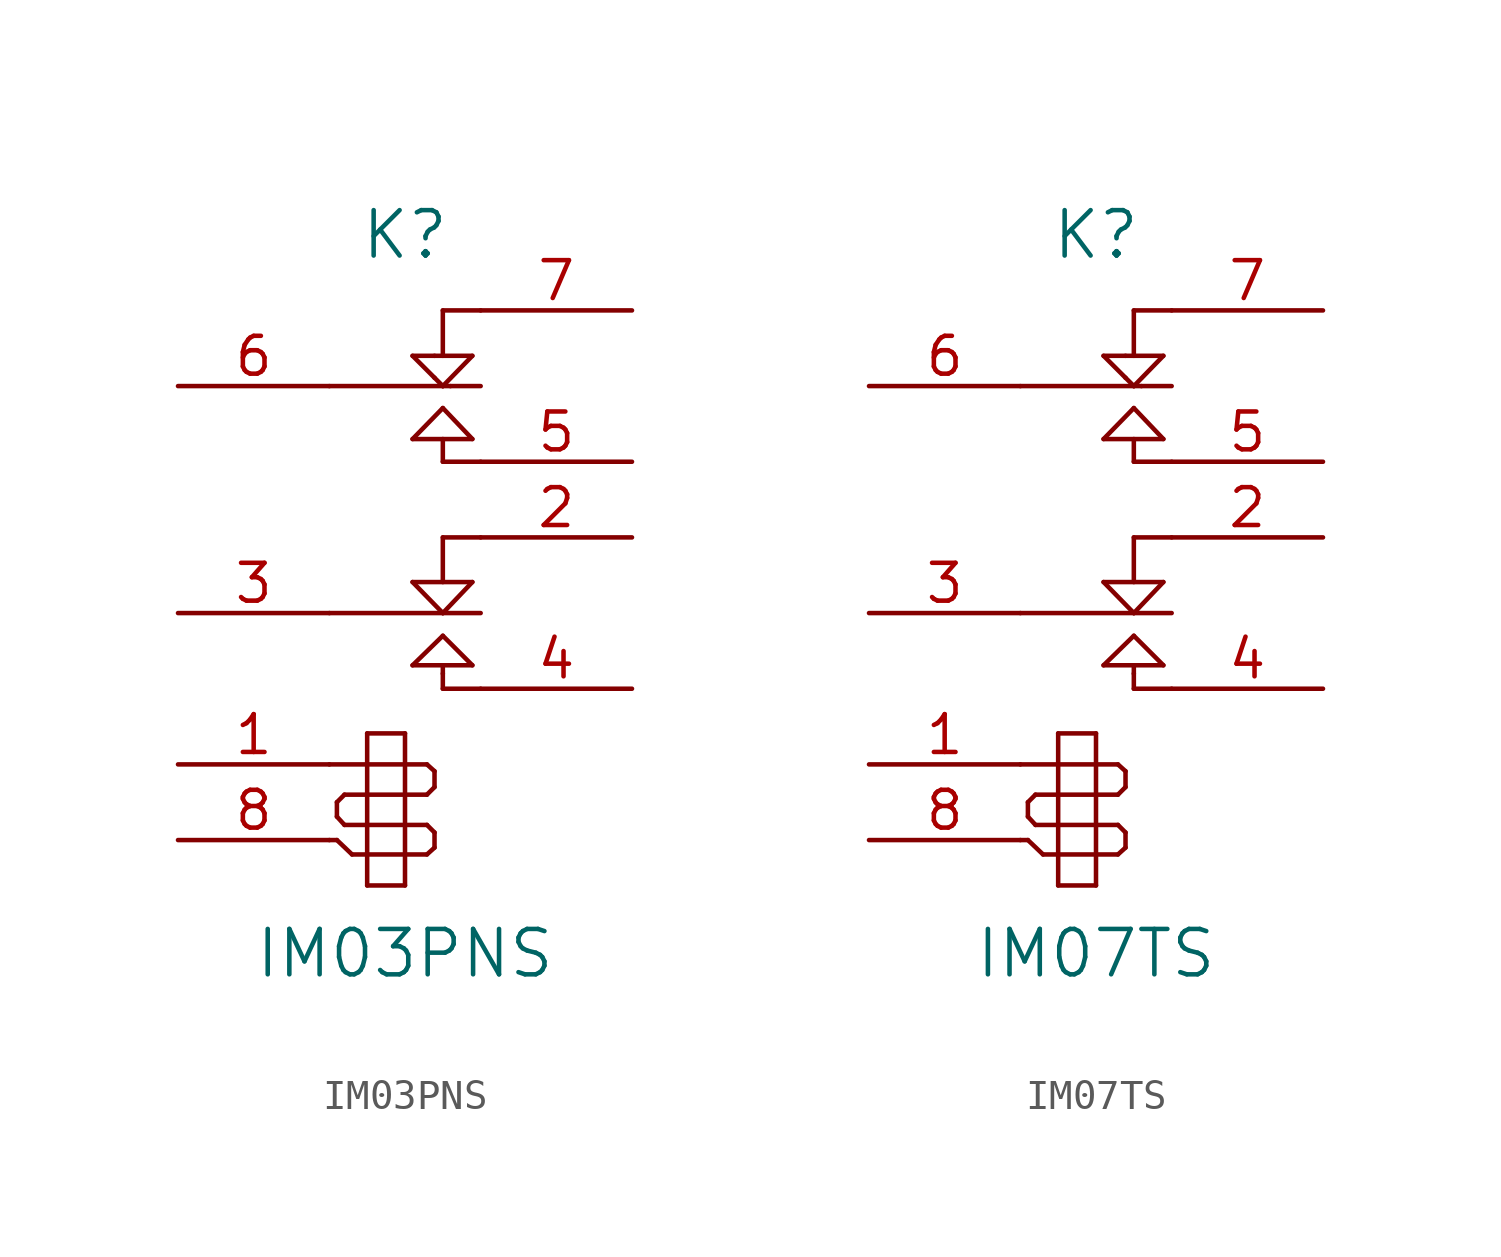
<source format=kicad_sym>
(kicad_symbol_lib
  (version 20201005)
  (generator kicad_symbol_editor)
  (symbol "IM03PNS"
    (pin_names
      (offset 1.016) hide)
    (property "Reference" "K"
      (at 0 11.43 0)
      (effects (font (size 1.524 1.524))))
    (property "Value" "IM03PNS"
      (at 0 -12.7 0)
      (effects (font (size 1.524 1.524))))
    (property "Footprint" ""
      (at 0 0 0)
      (effects (font (size 1.27 1.27))))
    (symbol "IM03PNS_0_1"
      (polyline (pts (xy -2.54 -8.89) (xy -2.286 -8.89)) (stroke (width 0)) (fill (type none)))
      (polyline (pts (xy -2.54 -6.35) (xy -1.27 -6.35)) (stroke (width 0)) (fill (type none)))
      (polyline (pts (xy -2.54 -1.27) (xy 1.27 -1.27)) (stroke (width 0)) (fill (type none)))
      (polyline (pts (xy -2.286 -8.89) (xy -1.778 -9.373)) (stroke (width 0)) (fill (type none)))
      (polyline (pts (xy -2.286 -8.103) (xy -2.286 -7.62)) (stroke (width 0)) (fill (type none)))
      (polyline (pts (xy -2.032 -8.382) (xy -2.286 -8.103)) (stroke (width 0)) (fill (type none)))
      (polyline (pts (xy -2.032 -7.366) (xy -2.286 -7.62)) (stroke (width 0)) (fill (type none)))
      (polyline (pts (xy -1.778 -9.373) (xy -1.27 -9.373)) (stroke (width 0)) (fill (type none)))
      (polyline (pts (xy -1.27 -10.414) (xy -1.27 -5.309)) (stroke (width 0)) (fill (type none)))
      (polyline (pts (xy -1.27 -8.382) (xy -2.032 -8.382)) (stroke (width 0)) (fill (type none)))
      (polyline (pts (xy -1.27 -8.382) (xy 0 -8.382)) (stroke (width 0)) (fill (type none)))
      (polyline (pts (xy -1.27 -7.366) (xy -2.032 -7.366)) (stroke (width 0)) (fill (type none)))
      (polyline (pts (xy -1.27 -6.35) (xy 0 -6.35)) (stroke (width 0)) (fill (type none)))
      (polyline (pts (xy -1.27 -5.309) (xy 0 -5.309)) (stroke (width 0)) (fill (type none)))
      (polyline (pts (xy 0 -10.414) (xy -1.27 -10.414)) (stroke (width 0)) (fill (type none)))
      (polyline (pts (xy 0 -9.373) (xy -1.27 -9.373)) (stroke (width 0)) (fill (type none)))
      (polyline (pts (xy 0 -9.373) (xy 0.737 -9.373)) (stroke (width 0)) (fill (type none)))
      (polyline (pts (xy 0 -8.382) (xy 0.737 -8.382)) (stroke (width 0)) (fill (type none)))
      (polyline (pts (xy 0 -7.366) (xy -1.27 -7.366)) (stroke (width 0)) (fill (type none)))
      (polyline (pts (xy 0 -7.366) (xy 0.737 -7.366)) (stroke (width 0)) (fill (type none)))
      (polyline (pts (xy 0 -6.35) (xy 0.737 -6.35)) (stroke (width 0)) (fill (type none)))
      (polyline (pts (xy 0 -5.309) (xy 0 -10.414)) (stroke (width 0)) (fill (type none)))
      (polyline (pts (xy 0.254 -3.023) (xy 2.261 -3.023)) (stroke (width 0)) (fill (type none)))
      (polyline (pts (xy 0.254 -0.229) (xy 2.261 -0.229)) (stroke (width 0)) (fill (type none)))
      (polyline (pts (xy 0.254 4.572) (xy 1.27 5.613)) (stroke (width 0)) (fill (type none)))
      (polyline (pts (xy 0.254 7.366) (xy 0.991 7.366)) (stroke (width 0)) (fill (type none)))
      (polyline (pts (xy 0.737 -9.373) (xy 0.991 -9.144)) (stroke (width 0)) (fill (type none)))
      (polyline (pts (xy 0.737 -8.382) (xy 0.991 -8.636)) (stroke (width 0)) (fill (type none)))
      (polyline (pts (xy 0.737 -7.366) (xy 0.991 -7.112)) (stroke (width 0)) (fill (type none)))
      (polyline (pts (xy 0.737 -6.35) (xy 0.991 -6.579)) (stroke (width 0)) (fill (type none)))
      (polyline (pts (xy 0.991 -9.144) (xy 0.991 -8.636)) (stroke (width 0)) (fill (type none)))
      (polyline (pts (xy 0.991 -6.579) (xy 0.991 -7.112)) (stroke (width 0)) (fill (type none)))
      (polyline (pts (xy 0.991 6.629) (xy 0.254 7.366)) (stroke (width 0)) (fill (type none)))
      (polyline (pts (xy 0.991 6.629) (xy 1.27 6.35)) (stroke (width 0)) (fill (type none)))
      (polyline (pts (xy 0.991 7.366) (xy 2.261 7.366)) (stroke (width 0)) (fill (type none)))
      (polyline (pts (xy 1.27 -3.81) (xy 1.27 -3.302)) (stroke (width 0)) (fill (type none)))
      (polyline (pts (xy 1.27 -3.302) (xy 1.27 -3.023)) (stroke (width 0)) (fill (type none)))
      (polyline (pts (xy 1.27 -2.032) (xy 0.254 -3.023)) (stroke (width 0)) (fill (type none)))
      (polyline (pts (xy 1.27 -1.27) (xy 0.254 -0.229)) (stroke (width 0)) (fill (type none)))
      (polyline (pts (xy 1.27 -1.27) (xy 2.54 -1.27)) (stroke (width 0)) (fill (type none)))
      (polyline (pts (xy 1.27 1.27) (xy 1.27 -0.229)) (stroke (width 0)) (fill (type none)))
      (polyline (pts (xy 1.27 1.27) (xy 2.54 1.27)) (stroke (width 0)) (fill (type none)))
      (polyline (pts (xy 1.27 3.81) (xy 1.27 4.572)) (stroke (width 0)) (fill (type none)))
      (polyline (pts (xy 1.27 3.81) (xy 2.54 3.81)) (stroke (width 0)) (fill (type none)))
      (polyline (pts (xy 1.27 5.613) (xy 2.261 4.572)) (stroke (width 0)) (fill (type none)))
      (polyline (pts (xy 1.27 6.35) (xy -2.54 6.35)) (stroke (width 0)) (fill (type none)))
      (polyline (pts (xy 1.27 6.35) (xy 1.524 6.35)) (stroke (width 0)) (fill (type none)))
      (polyline (pts (xy 1.27 8.89) (xy 1.27 7.366)) (stroke (width 0)) (fill (type none)))
      (polyline (pts (xy 1.27 8.89) (xy 2.54 8.89)) (stroke (width 0)) (fill (type none)))
      (polyline (pts (xy 1.524 6.35) (xy 2.54 6.35)) (stroke (width 0)) (fill (type none)))
      (polyline (pts (xy 2.261 -3.023) (xy 1.27 -2.032)) (stroke (width 0)) (fill (type none)))
      (polyline (pts (xy 2.261 -0.229) (xy 1.27 -1.27)) (stroke (width 0)) (fill (type none)))
      (polyline (pts (xy 2.261 4.572) (xy 0.254 4.572)) (stroke (width 0)) (fill (type none)))
      (polyline (pts (xy 2.261 7.366) (xy 1.27 6.35)) (stroke (width 0)) (fill (type none)))
      (polyline (pts (xy 2.54 -3.81) (xy 1.27 -3.81)) (stroke (width 0)) (fill (type none))))
    (symbol "IM03PNS_1_1"
      (pin input line (at -7.62 -6.35 0) (length 5.08) (name "1" (effects (font (size 1.27 1.27)))) (number "1" (effects (font (size 1.27 1.27)))))
      (pin passive line (at 7.62 1.27 180) (length 5.08) (name "NC1" (effects (font (size 1.27 1.27)))) (number "2" (effects (font (size 1.27 1.27)))))
      (pin passive line (at -7.62 -1.27 0) (length 5.08) (name "C1" (effects (font (size 1.27 1.27)))) (number "3" (effects (font (size 1.27 1.27)))))
      (pin passive line (at 7.62 -3.81 180) (length 5.08) (name "NO1" (effects (font (size 1.27 1.27)))) (number "4" (effects (font (size 1.27 1.27)))))
      (pin passive line (at 7.62 3.81 180) (length 5.08) (name "NO2" (effects (font (size 1.27 1.27)))) (number "5" (effects (font (size 1.27 1.27)))))
      (pin passive line (at -7.62 6.35 0) (length 5.08) (name "C2" (effects (font (size 1.27 1.27)))) (number "6" (effects (font (size 1.27 1.27)))))
      (pin passive line (at 7.62 8.89 180) (length 5.08) (name "NC2" (effects (font (size 1.27 1.27)))) (number "7" (effects (font (size 1.27 1.27)))))
      (pin input line (at -7.62 -8.89 0) (length 5.08) (name "8" (effects (font (size 1.27 1.27)))) (number "8" (effects (font (size 1.27 1.27)))))))
  (symbol "IM07TS"
    (pin_names
      (offset 1.016) hide)
    (property "Reference" "K"
      (at 0 11.43 0)
      (effects (font (size 1.524 1.524))))
    (property "Value" "IM07TS"
      (at 0 -12.7 0)
      (effects (font (size 1.524 1.524))))
    (property "Footprint" ""
      (at 0 0 0)
      (effects (font (size 1.27 1.27))))
    (symbol "IM07TS_0_1"
      (polyline (pts (xy -2.54 -8.89) (xy -2.286 -8.89)) (stroke (width 0)) (fill (type none)))
      (polyline (pts (xy -2.54 -6.35) (xy -1.27 -6.35)) (stroke (width 0)) (fill (type none)))
      (polyline (pts (xy -2.54 -1.27) (xy 1.27 -1.27)) (stroke (width 0)) (fill (type none)))
      (polyline (pts (xy -2.286 -8.89) (xy -1.778 -9.373)) (stroke (width 0)) (fill (type none)))
      (polyline (pts (xy -2.286 -8.103) (xy -2.286 -7.62)) (stroke (width 0)) (fill (type none)))
      (polyline (pts (xy -2.032 -8.382) (xy -2.286 -8.103)) (stroke (width 0)) (fill (type none)))
      (polyline (pts (xy -2.032 -7.366) (xy -2.286 -7.62)) (stroke (width 0)) (fill (type none)))
      (polyline (pts (xy -1.778 -9.373) (xy -1.27 -9.373)) (stroke (width 0)) (fill (type none)))
      (polyline (pts (xy -1.27 -10.414) (xy -1.27 -5.309)) (stroke (width 0)) (fill (type none)))
      (polyline (pts (xy -1.27 -8.382) (xy -2.032 -8.382)) (stroke (width 0)) (fill (type none)))
      (polyline (pts (xy -1.27 -8.382) (xy 0 -8.382)) (stroke (width 0)) (fill (type none)))
      (polyline (pts (xy -1.27 -7.366) (xy -2.032 -7.366)) (stroke (width 0)) (fill (type none)))
      (polyline (pts (xy -1.27 -6.35) (xy 0 -6.35)) (stroke (width 0)) (fill (type none)))
      (polyline (pts (xy -1.27 -5.309) (xy 0 -5.309)) (stroke (width 0)) (fill (type none)))
      (polyline (pts (xy 0 -10.414) (xy -1.27 -10.414)) (stroke (width 0)) (fill (type none)))
      (polyline (pts (xy 0 -9.373) (xy -1.27 -9.373)) (stroke (width 0)) (fill (type none)))
      (polyline (pts (xy 0 -9.373) (xy 0.737 -9.373)) (stroke (width 0)) (fill (type none)))
      (polyline (pts (xy 0 -8.382) (xy 0.737 -8.382)) (stroke (width 0)) (fill (type none)))
      (polyline (pts (xy 0 -7.366) (xy -1.27 -7.366)) (stroke (width 0)) (fill (type none)))
      (polyline (pts (xy 0 -7.366) (xy 0.737 -7.366)) (stroke (width 0)) (fill (type none)))
      (polyline (pts (xy 0 -6.35) (xy 0.737 -6.35)) (stroke (width 0)) (fill (type none)))
      (polyline (pts (xy 0 -5.309) (xy 0 -10.414)) (stroke (width 0)) (fill (type none)))
      (polyline (pts (xy 0.254 -3.023) (xy 2.261 -3.023)) (stroke (width 0)) (fill (type none)))
      (polyline (pts (xy 0.254 -0.229) (xy 2.261 -0.229)) (stroke (width 0)) (fill (type none)))
      (polyline (pts (xy 0.254 4.572) (xy 1.27 5.613)) (stroke (width 0)) (fill (type none)))
      (polyline (pts (xy 0.254 7.366) (xy 0.991 7.366)) (stroke (width 0)) (fill (type none)))
      (polyline (pts (xy 0.737 -9.373) (xy 0.991 -9.144)) (stroke (width 0)) (fill (type none)))
      (polyline (pts (xy 0.737 -8.382) (xy 0.991 -8.636)) (stroke (width 0)) (fill (type none)))
      (polyline (pts (xy 0.737 -7.366) (xy 0.991 -7.112)) (stroke (width 0)) (fill (type none)))
      (polyline (pts (xy 0.737 -6.35) (xy 0.991 -6.579)) (stroke (width 0)) (fill (type none)))
      (polyline (pts (xy 0.991 -9.144) (xy 0.991 -8.636)) (stroke (width 0)) (fill (type none)))
      (polyline (pts (xy 0.991 -6.579) (xy 0.991 -7.112)) (stroke (width 0)) (fill (type none)))
      (polyline (pts (xy 0.991 6.629) (xy 0.254 7.366)) (stroke (width 0)) (fill (type none)))
      (polyline (pts (xy 0.991 6.629) (xy 1.27 6.35)) (stroke (width 0)) (fill (type none)))
      (polyline (pts (xy 0.991 7.366) (xy 2.261 7.366)) (stroke (width 0)) (fill (type none)))
      (polyline (pts (xy 1.27 -3.81) (xy 1.27 -3.302)) (stroke (width 0)) (fill (type none)))
      (polyline (pts (xy 1.27 -3.302) (xy 1.27 -3.023)) (stroke (width 0)) (fill (type none)))
      (polyline (pts (xy 1.27 -2.032) (xy 0.254 -3.023)) (stroke (width 0)) (fill (type none)))
      (polyline (pts (xy 1.27 -1.27) (xy 0.254 -0.229)) (stroke (width 0)) (fill (type none)))
      (polyline (pts (xy 1.27 -1.27) (xy 2.54 -1.27)) (stroke (width 0)) (fill (type none)))
      (polyline (pts (xy 1.27 1.27) (xy 1.27 -0.229)) (stroke (width 0)) (fill (type none)))
      (polyline (pts (xy 1.27 1.27) (xy 2.54 1.27)) (stroke (width 0)) (fill (type none)))
      (polyline (pts (xy 1.27 3.81) (xy 1.27 4.572)) (stroke (width 0)) (fill (type none)))
      (polyline (pts (xy 1.27 3.81) (xy 2.54 3.81)) (stroke (width 0)) (fill (type none)))
      (polyline (pts (xy 1.27 5.613) (xy 2.261 4.572)) (stroke (width 0)) (fill (type none)))
      (polyline (pts (xy 1.27 6.35) (xy -2.54 6.35)) (stroke (width 0)) (fill (type none)))
      (polyline (pts (xy 1.27 6.35) (xy 1.524 6.35)) (stroke (width 0)) (fill (type none)))
      (polyline (pts (xy 1.27 8.89) (xy 1.27 7.366)) (stroke (width 0)) (fill (type none)))
      (polyline (pts (xy 1.27 8.89) (xy 2.54 8.89)) (stroke (width 0)) (fill (type none)))
      (polyline (pts (xy 1.524 6.35) (xy 2.54 6.35)) (stroke (width 0)) (fill (type none)))
      (polyline (pts (xy 2.261 -3.023) (xy 1.27 -2.032)) (stroke (width 0)) (fill (type none)))
      (polyline (pts (xy 2.261 -0.229) (xy 1.27 -1.27)) (stroke (width 0)) (fill (type none)))
      (polyline (pts (xy 2.261 4.572) (xy 0.254 4.572)) (stroke (width 0)) (fill (type none)))
      (polyline (pts (xy 2.261 7.366) (xy 1.27 6.35)) (stroke (width 0)) (fill (type none)))
      (polyline (pts (xy 2.54 -3.81) (xy 1.27 -3.81)) (stroke (width 0)) (fill (type none))))
    (symbol "IM07TS_1_1"
      (pin input line (at -7.62 -6.35 0) (length 5.08) (name "1" (effects (font (size 1.27 1.27)))) (number "1" (effects (font (size 1.27 1.27)))))
      (pin passive line (at 7.62 1.27 180) (length 5.08) (name "NC1" (effects (font (size 1.27 1.27)))) (number "2" (effects (font (size 1.27 1.27)))))
      (pin passive line (at -7.62 -1.27 0) (length 5.08) (name "C1" (effects (font (size 1.27 1.27)))) (number "3" (effects (font (size 1.27 1.27)))))
      (pin passive line (at 7.62 -3.81 180) (length 5.08) (name "NO1" (effects (font (size 1.27 1.27)))) (number "4" (effects (font (size 1.27 1.27)))))
      (pin passive line (at 7.62 3.81 180) (length 5.08) (name "NO2" (effects (font (size 1.27 1.27)))) (number "5" (effects (font (size 1.27 1.27)))))
      (pin passive line (at -7.62 6.35 0) (length 5.08) (name "C2" (effects (font (size 1.27 1.27)))) (number "6" (effects (font (size 1.27 1.27)))))
      (pin passive line (at 7.62 8.89 180) (length 5.08) (name "NC2" (effects (font (size 1.27 1.27)))) (number "7" (effects (font (size 1.27 1.27)))))
      (pin input line (at -7.62 -8.89 0) (length 5.08) (name "8" (effects (font (size 1.27 1.27)))) (number "8" (effects (font (size 1.27 1.27))))))))
</source>
